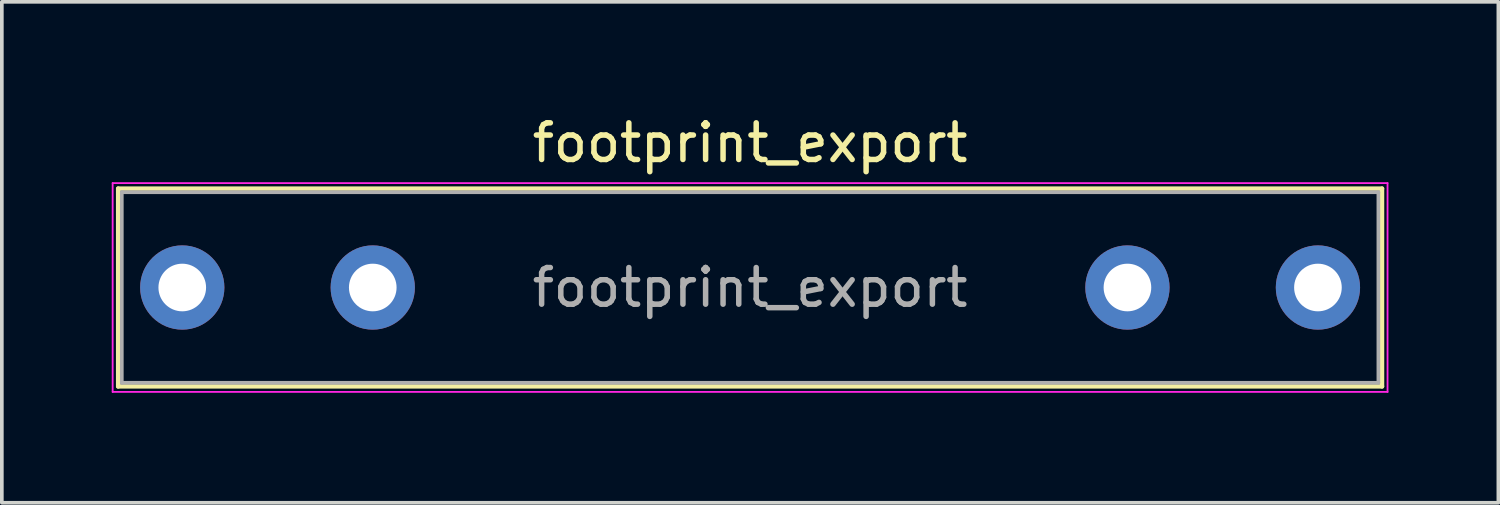
<source format=kicad_pcb>
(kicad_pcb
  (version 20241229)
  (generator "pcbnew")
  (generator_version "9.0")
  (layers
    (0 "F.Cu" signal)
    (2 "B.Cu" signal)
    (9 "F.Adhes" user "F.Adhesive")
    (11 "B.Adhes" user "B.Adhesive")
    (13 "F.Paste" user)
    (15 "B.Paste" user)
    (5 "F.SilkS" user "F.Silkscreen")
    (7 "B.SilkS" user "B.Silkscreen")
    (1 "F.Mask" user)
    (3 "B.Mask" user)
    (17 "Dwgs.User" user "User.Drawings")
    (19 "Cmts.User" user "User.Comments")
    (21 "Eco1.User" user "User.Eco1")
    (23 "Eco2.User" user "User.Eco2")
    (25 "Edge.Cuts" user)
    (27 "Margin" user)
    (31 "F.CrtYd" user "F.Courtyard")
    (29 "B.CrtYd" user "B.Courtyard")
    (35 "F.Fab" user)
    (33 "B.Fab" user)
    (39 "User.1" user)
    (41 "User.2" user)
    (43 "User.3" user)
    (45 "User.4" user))
  (footprint "footprint_export"
    (layer "F.Cu")
    (at 1.925 4.798)
    (property "Reference" "footprint_export" (at 15.5 -3.95 0) (unlocked yes) (layer "F.SilkS") (effects (font (size 1 1) (thickness 0.15))))
    (attr through_hole)
    (fp_line (start -1.75 -2.7) (end 32.75 -2.7) (stroke (width 0.12) (type solid)) (layer "F.SilkS"))
    (fp_line (start -1.75 2.7) (end -1.75 -2.7) (stroke (width 0.12) (type solid)) (layer "F.SilkS"))
    (fp_line (start 32.75 -2.7) (end 32.75 2.7) (stroke (width 0.12) (type solid)) (layer "F.SilkS"))
    (fp_line (start 32.75 2.7) (end -1.75 2.7) (stroke (width 0.12) (type solid)) (layer "F.SilkS"))
    (fp_line (start -1.9 -2.85) (end 32.9 -2.85) (stroke (width 0.05) (type solid)) (layer "F.CrtYd"))
    (fp_line (start -1.9 2.85) (end -1.9 -2.85) (stroke (width 0.05) (type solid)) (layer "F.CrtYd"))
    (fp_line (start 32.9 -2.85) (end 32.9 2.85) (stroke (width 0.05) (type solid)) (layer "F.CrtYd"))
    (fp_line (start 32.9 2.85) (end -1.9 2.85) (stroke (width 0.05) (type solid)) (layer "F.CrtYd"))
    (fp_line (start -1.65 -2.6) (end 32.65 -2.6) (stroke (width 0.1) (type solid)) (layer "F.Fab"))
    (fp_line (start -1.65 2.6) (end -1.65 -2.6) (stroke (width 0.1) (type solid)) (layer "F.Fab"))
    (fp_line (start 32.65 -2.6) (end 32.65 2.6) (stroke (width 0.1) (type solid)) (layer "F.Fab"))
    (fp_line (start 32.65 2.6) (end -1.65 2.6) (stroke (width 0.1) (type solid)) (layer "F.Fab"))
    (fp_text user "${REFERENCE}" (at 15.5 0 0) (unlocked yes) (layer "F.Fab") (effects (font (size 1 1) (thickness 0.15))))
    (pad "1" thru_hole circle (at 0 0) (size 2.3 2.3) (drill 1.3) (layers "*.Cu" "*.Mask"))
    (pad "1" thru_hole circle (at 5.2 0) (size 2.3 2.3) (drill 1.3) (layers "*.Cu" "*.Mask"))
    (pad "2" thru_hole circle (at 25.8 0) (size 2.3 2.3) (drill 1.3) (layers "*.Cu" "*.Mask"))
    (pad "2" thru_hole circle (at 31 0) (size 2.3 2.3) (drill 1.3) (layers "*.Cu" "*.Mask")))
  (gr_rect
    (start -3 -3)
    (end 37.85 10.673)
    (stroke (width 0.1) (type default))
    (fill no)
    (layer "Edge.Cuts")))
</source>
